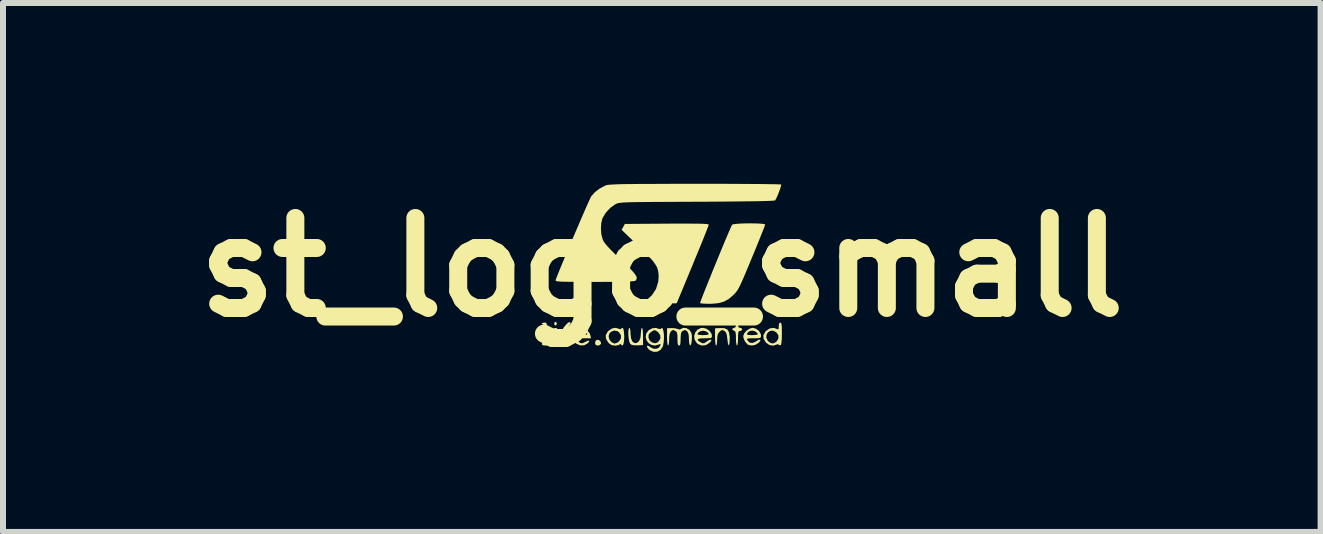
<source format=kicad_pcb>
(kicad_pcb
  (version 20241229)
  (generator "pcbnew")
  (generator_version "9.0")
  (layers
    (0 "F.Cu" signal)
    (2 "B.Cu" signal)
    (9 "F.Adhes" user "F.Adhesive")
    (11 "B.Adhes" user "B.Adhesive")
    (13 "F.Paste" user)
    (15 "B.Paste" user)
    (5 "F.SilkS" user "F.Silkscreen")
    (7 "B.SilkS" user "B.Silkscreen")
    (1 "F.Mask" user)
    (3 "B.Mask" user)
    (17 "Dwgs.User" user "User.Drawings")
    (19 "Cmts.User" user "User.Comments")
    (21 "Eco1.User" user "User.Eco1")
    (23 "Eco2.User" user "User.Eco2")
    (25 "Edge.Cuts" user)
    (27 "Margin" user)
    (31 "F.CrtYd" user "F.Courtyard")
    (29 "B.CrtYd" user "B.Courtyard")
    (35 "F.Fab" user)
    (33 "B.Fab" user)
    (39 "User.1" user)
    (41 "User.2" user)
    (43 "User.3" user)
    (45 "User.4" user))
  (footprint "st_logo_small"
    (layer "F.Cu")
    (at 7.979 1.404)
    (property "Reference" "st_logo_small" (at 0 0 0) (layer "F.SilkS") (effects (font (size 1.5 1.5) (thickness 0.3))))
    (attr board_only exclude_from_pos_files exclude_from_bom)
    (fp_poly (pts (xy -1.75 0.93) (xy -1.748 0.939) (xy -1.762 0.966) (xy -1.77 0.97) (xy -1.788 0.962) (xy -1.792 0.939) (xy -1.784 0.912) (xy -1.77 0.909)) (stroke (width 0) (type solid)) (fill yes) (layer "F.SilkS"))
    (fp_poly (pts (xy -1.049 1.212) (xy -1.021 1.236) (xy -1.013 1.269) (xy -1.015 1.277) (xy -1.039 1.299) (xy -1.075 1.305) (xy -1.102 1.293) (xy -1.114 1.261) (xy -1.103 1.226) (xy -1.084 1.21)) (stroke (width 0) (type solid)) (fill yes) (layer "F.SilkS"))
    (fp_poly (pts (xy -1.746 1.022) (xy -1.741 1.05) (xy -1.74 1.104) (xy -1.74 1.128) (xy -1.738 1.197) (xy -1.731 1.238) (xy -1.717 1.257) (xy -1.714 1.259) (xy -1.688 1.276) (xy -1.694 1.292) (xy -1.726 1.303) (xy -1.757 1.305) (xy -1.806 1.3) (xy -1.825 1.286) (xy -1.827 1.279) (xy -1.813 1.256) (xy -1.801 1.253) (xy -1.785 1.244) (xy -1.777 1.214) (xy -1.775 1.157) (xy -1.777 1.1) (xy -1.784 1.07) (xy -1.8 1.061) (xy -1.802 1.061) (xy -1.823 1.053) (xy -1.819 1.035) (xy -1.798 1.018) (xy -1.778 1.012) (xy -1.758 1.012)) (stroke (width 0) (type solid)) (fill yes) (layer "F.SilkS"))
    (fp_poly (pts (xy -0.322 1.025) (xy -0.316 1.07) (xy -0.313 1.137) (xy -0.313 1.153) (xy -0.313 1.297) (xy -0.406 1.301) (xy -0.468 1.3) (xy -0.507 1.29) (xy -0.528 1.273) (xy -0.541 1.243) (xy -0.551 1.195) (xy -0.557 1.137) (xy -0.558 1.081) (xy -0.554 1.035) (xy -0.544 1.011) (xy -0.539 1.009) (xy -0.53 1.025) (xy -0.523 1.065) (xy -0.522 1.103) (xy -0.514 1.181) (xy -0.492 1.236) (xy -0.457 1.263) (xy -0.42 1.262) (xy -0.379 1.231) (xy -0.355 1.17) (xy -0.348 1.086) (xy -0.344 1.04) (xy -0.336 1.012) (xy -0.331 1.009)) (stroke (width 0) (type solid)) (fill yes) (layer "F.SilkS"))
    (fp_poly (pts (xy 1.045 1.016) (xy 1.091 1.037) (xy 1.118 1.079) (xy 1.13 1.148) (xy 1.131 1.192) (xy 1.128 1.261) (xy 1.12 1.296) (xy 1.111 1.299) (xy 1.101 1.267) (xy 1.093 1.202) (xy 1.092 1.198) (xy 1.084 1.128) (xy 1.069 1.086) (xy 1.052 1.068) (xy 1.017 1.047) (xy 0.989 1.051) (xy 0.957 1.079) (xy 0.934 1.112) (xy 0.924 1.161) (xy 0.922 1.209) (xy 0.919 1.262) (xy 0.912 1.296) (xy 0.905 1.305) (xy 0.896 1.288) (xy 0.89 1.244) (xy 0.887 1.177) (xy 0.887 1.161) (xy 0.887 1.017) (xy 0.974 1.013)) (stroke (width 0) (type solid)) (fill yes) (layer "F.SilkS"))
    (fp_poly (pts (xy -1.937 0.923) (xy -1.924 0.931) (xy -1.917 0.952) (xy -1.914 0.993) (xy -1.914 1.06) (xy -1.914 1.085) (xy -1.913 1.165) (xy -1.909 1.216) (xy -1.901 1.245) (xy -1.889 1.258) (xy -1.887 1.259) (xy -1.867 1.275) (xy -1.876 1.291) (xy -1.908 1.302) (xy -1.941 1.305) (xy -1.985 1.299) (xy -2.001 1.28) (xy -2.001 1.279) (xy -1.987 1.256) (xy -1.975 1.253) (xy -1.962 1.246) (xy -1.954 1.223) (xy -1.95 1.178) (xy -1.948 1.105) (xy -1.95 1.031) (xy -1.954 0.986) (xy -1.962 0.963) (xy -1.975 0.957) (xy -1.998 0.947) (xy -2.001 0.939) (xy -1.986 0.926) (xy -1.957 0.922)) (stroke (width 0) (type solid)) (fill yes) (layer "F.SilkS"))
    (fp_poly (pts (xy 1.266 0.937) (xy 1.27 0.966) (xy 1.278 1) (xy 1.305 1.009) (xy 1.333 1.02) (xy 1.34 1.035) (xy 1.325 1.056) (xy 1.305 1.061) (xy 1.287 1.065) (xy 1.276 1.079) (xy 1.271 1.113) (xy 1.27 1.173) (xy 1.27 1.183) (xy 1.268 1.245) (xy 1.262 1.289) (xy 1.253 1.305) (xy 1.253 1.305) (xy 1.244 1.289) (xy 1.237 1.246) (xy 1.235 1.185) (xy 1.234 1.121) (xy 1.229 1.084) (xy 1.218 1.065) (xy 1.199 1.056) (xy 1.199 1.056) (xy 1.175 1.04) (xy 1.179 1.02) (xy 1.207 1.009) (xy 1.21 1.009) (xy 1.23 0.994) (xy 1.235 0.966) (xy 1.241 0.933) (xy 1.253 0.922)) (stroke (width 0) (type solid)) (fill yes) (layer "F.SilkS"))
    (fp_poly (pts (xy -1.526 0.92) (xy -1.519 0.942) (xy -1.541 0.967) (xy -1.562 0.99) (xy -1.553 1.003) (xy -1.535 1.022) (xy -1.532 1.047) (xy -1.546 1.061) (xy -1.548 1.061) (xy -1.558 1.077) (xy -1.564 1.118) (xy -1.566 1.157) (xy -1.563 1.209) (xy -1.556 1.244) (xy -1.548 1.253) (xy -1.533 1.267) (xy -1.531 1.279) (xy -1.544 1.298) (xy -1.586 1.305) (xy -1.592 1.305) (xy -1.637 1.299) (xy -1.653 1.281) (xy -1.653 1.279) (xy -1.643 1.256) (xy -1.635 1.253) (xy -1.626 1.237) (xy -1.619 1.196) (xy -1.618 1.157) (xy -1.621 1.105) (xy -1.628 1.07) (xy -1.635 1.061) (xy -1.651 1.05) (xy -1.646 1.021) (xy -1.631 0.998) (xy -1.587 0.947) (xy -1.558 0.92) (xy -1.538 0.913)) (stroke (width 0) (type solid)) (fill yes) (layer "F.SilkS"))
    (fp_poly (pts (xy 0.533 -0.727) (xy 0.625 -0.726) (xy 0.694 -0.724) (xy 0.741 -0.721) (xy 0.769 -0.717) (xy 0.781 -0.712) (xy 0.782 -0.709) (xy 0.776 -0.689) (xy 0.757 -0.64) (xy 0.728 -0.566) (xy 0.69 -0.47) (xy 0.644 -0.357) (xy 0.591 -0.229) (xy 0.534 -0.091) (xy 0.515 -0.043) (xy 0.248 0.6) (xy -0.045 0.605) (xy -0.337 0.61) (xy -0.266 0.558) (xy -0.166 0.467) (xy -0.097 0.362) (xy -0.06 0.243) (xy -0.053 0.157) (xy -0.056 0.098) (xy -0.065 0.045) (xy -0.083 -0.006) (xy -0.115 -0.059) (xy -0.161 -0.12) (xy -0.226 -0.191) (xy -0.312 -0.278) (xy -0.396 -0.36) (xy -0.67 -0.624) (xy -0.643 -0.673) (xy -0.616 -0.722) (xy 0.083 -0.727) (xy 0.264 -0.728) (xy 0.413 -0.728)) (stroke (width 0) (type solid)) (fill yes) (layer "F.SilkS"))
    (fp_poly (pts (xy -1.317 1.016) (xy -1.248 1.045) (xy -1.204 1.099) (xy -1.191 1.135) (xy -1.179 1.183) (xy -1.303 1.183) (xy -1.375 1.186) (xy -1.415 1.194) (xy -1.422 1.21) (xy -1.4 1.234) (xy -1.381 1.247) (xy -1.349 1.265) (xy -1.323 1.266) (xy -1.286 1.249) (xy -1.277 1.244) (xy -1.231 1.224) (xy -1.209 1.224) (xy -1.213 1.242) (xy -1.237 1.268) (xy -1.294 1.3) (xy -1.359 1.302) (xy -1.419 1.277) (xy -1.436 1.262) (xy -1.473 1.205) (xy -1.476 1.143) (xy -1.463 1.115) (xy -1.422 1.115) (xy -1.392 1.127) (xy -1.331 1.131) (xy -1.277 1.129) (xy -1.25 1.123) (xy -1.245 1.11) (xy -1.246 1.105) (xy -1.273 1.078) (xy -1.319 1.066) (xy -1.37 1.071) (xy -1.384 1.076) (xy -1.42 1.098) (xy -1.422 1.115) (xy -1.463 1.115) (xy -1.446 1.081) (xy -1.426 1.058) (xy -1.386 1.024) (xy -1.352 1.013)) (stroke (width 0) (type solid)) (fill yes) (layer "F.SilkS"))
    (fp_poly (pts (xy -0.642 1.024) (xy -0.632 1.068) (xy -0.627 1.137) (xy -0.626 1.157) (xy -0.63 1.232) (xy -0.64 1.282) (xy -0.654 1.304) (xy -0.673 1.295) (xy -0.678 1.288) (xy -0.694 1.276) (xy -0.703 1.286) (xy -0.727 1.298) (xy -0.771 1.305) (xy -0.782 1.305) (xy -0.836 1.298) (xy -0.876 1.271) (xy -0.894 1.251) (xy -0.931 1.19) (xy -0.933 1.15) (xy -0.887 1.15) (xy -0.875 1.201) (xy -0.843 1.244) (xy -0.8 1.268) (xy -0.783 1.27) (xy -0.745 1.258) (xy -0.713 1.235) (xy -0.681 1.184) (xy -0.682 1.131) (xy -0.713 1.084) (xy -0.744 1.063) (xy -0.793 1.055) (xy -0.843 1.073) (xy -0.874 1.103) (xy -0.887 1.15) (xy -0.933 1.15) (xy -0.934 1.132) (xy -0.903 1.075) (xy -0.889 1.06) (xy -0.831 1.02) (xy -0.768 1.009) (xy -0.714 1.026) (xy -0.685 1.031) (xy -0.677 1.023) (xy -0.658 1.008)) (stroke (width 0) (type solid)) (fill yes) (layer "F.SilkS"))
    (fp_poly (pts (xy 0.741 1.023) (xy 0.792 1.058) (xy 0.827 1.105) (xy 0.835 1.142) (xy 0.833 1.163) (xy 0.822 1.176) (xy 0.794 1.181) (xy 0.742 1.183) (xy 0.712 1.183) (xy 0.64 1.186) (xy 0.602 1.196) (xy 0.597 1.213) (xy 0.624 1.237) (xy 0.649 1.252) (xy 0.681 1.267) (xy 0.708 1.264) (xy 0.744 1.241) (xy 0.748 1.238) (xy 0.793 1.211) (xy 0.82 1.205) (xy 0.826 1.218) (xy 0.806 1.248) (xy 0.796 1.258) (xy 0.736 1.297) (xy 0.671 1.305) (xy 0.608 1.283) (xy 0.582 1.262) (xy 0.546 1.206) (xy 0.539 1.144) (xy 0.548 1.116) (xy 0.592 1.116) (xy 0.607 1.124) (xy 0.648 1.129) (xy 0.687 1.131) (xy 0.74 1.128) (xy 0.774 1.122) (xy 0.783 1.116) (xy 0.768 1.088) (xy 0.731 1.066) (xy 0.687 1.057) (xy 0.642 1.066) (xy 0.606 1.089) (xy 0.592 1.116) (xy 0.548 1.116) (xy 0.557 1.086) (xy 0.595 1.039) (xy 0.652 1.012) (xy 0.684 1.009)) (stroke (width 0) (type solid)) (fill yes) (layer "F.SilkS"))
    (fp_poly (pts (xy 1.987 0.928) (xy 1.994 0.948) (xy 1.999 0.989) (xy 2 1.057) (xy 2.001 1.104) (xy 1.999 1.195) (xy 1.993 1.259) (xy 1.985 1.293) (xy 1.981 1.297) (xy 1.957 1.297) (xy 1.95 1.291) (xy 1.928 1.282) (xy 1.913 1.288) (xy 1.855 1.306) (xy 1.792 1.295) (xy 1.738 1.257) (xy 1.733 1.251) (xy 1.695 1.19) (xy 1.695 1.174) (xy 1.741 1.174) (xy 1.764 1.223) (xy 1.775 1.235) (xy 1.812 1.261) (xy 1.844 1.27) (xy 1.882 1.258) (xy 1.914 1.235) (xy 1.944 1.184) (xy 1.942 1.132) (xy 1.907 1.083) (xy 1.902 1.08) (xy 1.852 1.056) (xy 1.805 1.06) (xy 1.767 1.086) (xy 1.744 1.126) (xy 1.741 1.174) (xy 1.695 1.174) (xy 1.693 1.132) (xy 1.724 1.075) (xy 1.738 1.06) (xy 1.8 1.018) (xy 1.865 1.01) (xy 1.915 1.027) (xy 1.937 1.035) (xy 1.947 1.023) (xy 1.948 0.984) (xy 1.954 0.938) (xy 1.972 0.922) (xy 1.975 0.922)) (stroke (width 0) (type solid)) (fill yes) (layer "F.SilkS"))
    (fp_poly (pts (xy 1.569 1.024) (xy 1.618 1.06) (xy 1.648 1.11) (xy 1.653 1.139) (xy 1.651 1.162) (xy 1.641 1.175) (xy 1.615 1.181) (xy 1.565 1.183) (xy 1.53 1.183) (xy 1.467 1.184) (xy 1.432 1.187) (xy 1.419 1.195) (xy 1.422 1.21) (xy 1.426 1.217) (xy 1.462 1.255) (xy 1.511 1.262) (xy 1.566 1.238) (xy 1.569 1.236) (xy 1.612 1.21) (xy 1.638 1.205) (xy 1.643 1.22) (xy 1.62 1.252) (xy 1.614 1.258) (xy 1.559 1.293) (xy 1.497 1.305) (xy 1.439 1.292) (xy 1.425 1.282) (xy 1.384 1.234) (xy 1.36 1.173) (xy 1.357 1.148) (xy 1.366 1.119) (xy 1.42 1.119) (xy 1.438 1.128) (xy 1.482 1.131) (xy 1.505 1.131) (xy 1.558 1.128) (xy 1.592 1.121) (xy 1.601 1.114) (xy 1.587 1.093) (xy 1.559 1.07) (xy 1.511 1.055) (xy 1.463 1.063) (xy 1.427 1.092) (xy 1.421 1.103) (xy 1.42 1.119) (xy 1.366 1.119) (xy 1.372 1.103) (xy 1.41 1.058) (xy 1.46 1.024) (xy 1.511 1.009) (xy 1.513 1.009)) (stroke (width 0) (type solid)) (fill yes) (layer "F.SilkS"))
    (fp_poly (pts (xy 1.553 -0.731) (xy 1.626 -0.728) (xy 1.683 -0.724) (xy 1.716 -0.717) (xy 1.722 -0.712) (xy 1.716 -0.692) (xy 1.698 -0.644) (xy 1.669 -0.572) (xy 1.632 -0.479) (xy 1.588 -0.369) (xy 1.538 -0.247) (xy 1.502 -0.16) (xy 1.441 -0.014) (xy 1.392 0.104) (xy 1.352 0.197) (xy 1.32 0.269) (xy 1.293 0.325) (xy 1.27 0.367) (xy 1.248 0.399) (xy 1.227 0.426) (xy 1.203 0.451) (xy 1.192 0.463) (xy 1.114 0.529) (xy 1.032 0.574) (xy 0.937 0.599) (xy 0.822 0.609) (xy 0.79 0.609) (xy 0.722 0.607) (xy 0.67 0.604) (xy 0.641 0.598) (xy 0.638 0.596) (xy 0.643 0.578) (xy 0.659 0.533) (xy 0.686 0.463) (xy 0.721 0.374) (xy 0.763 0.27) (xy 0.81 0.154) (xy 0.859 0.031) (xy 0.911 -0.095) (xy 0.962 -0.219) (xy 1.011 -0.338) (xy 1.057 -0.448) (xy 1.097 -0.543) (xy 1.131 -0.621) (xy 1.155 -0.677) (xy 1.17 -0.707) (xy 1.171 -0.709) (xy 1.192 -0.717) (xy 1.24 -0.723) (xy 1.307 -0.728) (xy 1.386 -0.731) (xy 1.471 -0.732)) (stroke (width 0) (type solid)) (fill yes) (layer "F.SilkS"))
    (fp_poly (pts (xy 0.41 1.015) (xy 0.457 1.042) (xy 0.469 1.056) (xy 0.492 1.094) (xy 0.501 1.14) (xy 0.501 1.198) (xy 0.493 1.264) (xy 0.481 1.299) (xy 0.468 1.301) (xy 0.457 1.27) (xy 0.452 1.207) (xy 0.452 1.203) (xy 0.448 1.127) (xy 0.433 1.081) (xy 0.425 1.071) (xy 0.399 1.049) (xy 0.377 1.047) (xy 0.347 1.062) (xy 0.328 1.078) (xy 0.318 1.106) (xy 0.314 1.156) (xy 0.313 1.192) (xy 0.311 1.256) (xy 0.305 1.291) (xy 0.293 1.304) (xy 0.287 1.305) (xy 0.272 1.297) (xy 0.264 1.27) (xy 0.261 1.217) (xy 0.261 1.192) (xy 0.259 1.128) (xy 0.252 1.09) (xy 0.238 1.069) (xy 0.227 1.062) (xy 0.194 1.046) (xy 0.172 1.05) (xy 0.149 1.071) (xy 0.13 1.109) (xy 0.122 1.176) (xy 0.122 1.202) (xy 0.119 1.257) (xy 0.112 1.294) (xy 0.104 1.305) (xy 0.096 1.288) (xy 0.09 1.244) (xy 0.087 1.177) (xy 0.087 1.161) (xy 0.087 1.016) (xy 0.159 1.014) (xy 0.214 1.016) (xy 0.258 1.026) (xy 0.265 1.029) (xy 0.302 1.038) (xy 0.318 1.028) (xy 0.359 1.009)) (stroke (width 0) (type solid)) (fill yes) (layer "F.SilkS"))
    (fp_poly (pts (xy 0.016 1.025) (xy 0.027 1.062) (xy 0.034 1.114) (xy 0.036 1.174) (xy 0.032 1.237) (xy 0.023 1.294) (xy 0.016 1.32) (xy -0.019 1.375) (xy -0.072 1.406) (xy -0.133 1.41) (xy -0.194 1.386) (xy -0.222 1.363) (xy -0.248 1.327) (xy -0.246 1.307) (xy -0.223 1.309) (xy -0.191 1.331) (xy -0.144 1.356) (xy -0.092 1.359) (xy -0.049 1.339) (xy -0.041 1.33) (xy -0.02 1.294) (xy -0.024 1.279) (xy -0.051 1.287) (xy -0.051 1.287) (xy -0.114 1.305) (xy -0.171 1.295) (xy -0.22 1.264) (xy -0.254 1.218) (xy -0.266 1.173) (xy -0.223 1.173) (xy -0.201 1.222) (xy -0.17 1.249) (xy -0.121 1.266) (xy -0.084 1.26) (xy -0.051 1.234) (xy -0.023 1.185) (xy -0.027 1.132) (xy -0.061 1.083) (xy -0.073 1.073) (xy -0.107 1.051) (xy -0.132 1.05) (xy -0.165 1.068) (xy -0.165 1.068) (xy -0.201 1.097) (xy -0.22 1.123) (xy -0.223 1.173) (xy -0.266 1.173) (xy -0.269 1.164) (xy -0.261 1.107) (xy -0.225 1.055) (xy -0.22 1.05) (xy -0.162 1.018) (xy -0.1 1.01) (xy -0.053 1.026) (xy -0.024 1.031) (xy -0.015 1.023) (xy 0.002 1.01)) (stroke (width 0) (type solid)) (fill yes) (layer "F.SilkS"))
    (fp_poly (pts (xy 0.779 -1.391) (xy 0.988 -1.391) (xy 1.185 -1.39) (xy 1.366 -1.389) (xy 1.529 -1.388) (xy 1.671 -1.387) (xy 1.791 -1.385) (xy 1.884 -1.384) (xy 1.95 -1.382) (xy 1.984 -1.38) (xy 1.989 -1.379) (xy 1.987 -1.357) (xy 1.974 -1.314) (xy 1.954 -1.259) (xy 1.931 -1.201) (xy 1.909 -1.151) (xy 1.891 -1.119) (xy 1.887 -1.114) (xy 1.866 -1.111) (xy 1.811 -1.107) (xy 1.723 -1.104) (xy 1.603 -1.101) (xy 1.452 -1.099) (xy 1.27 -1.097) (xy 1.059 -1.095) (xy 0.819 -1.093) (xy 0.582 -1.092) (xy 0.34 -1.091) (xy 0.13 -1.09) (xy -0.05 -1.089) (xy -0.202 -1.088) (xy -0.33 -1.087) (xy -0.435 -1.086) (xy -0.52 -1.084) (xy -0.588 -1.082) (xy -0.64 -1.079) (xy -0.68 -1.076) (xy -0.71 -1.072) (xy -0.732 -1.067) (xy -0.749 -1.062) (xy -0.763 -1.056) (xy -0.776 -1.049) (xy -0.858 -0.991) (xy -0.932 -0.911) (xy -0.985 -0.825) (xy -0.988 -0.819) (xy -1.009 -0.739) (xy -1.015 -0.642) (xy -1.007 -0.544) (xy -0.986 -0.467) (xy -0.97 -0.433) (xy -0.945 -0.396) (xy -0.907 -0.35) (xy -0.853 -0.293) (xy -0.78 -0.22) (xy -0.686 -0.13) (xy -0.59 -0.037) (xy -0.517 0.035) (xy -0.466 0.091) (xy -0.434 0.134) (xy -0.419 0.167) (xy -0.419 0.192) (xy -0.431 0.214) (xy -0.438 0.223) (xy -0.454 0.228) (xy -0.489 0.233) (xy -0.547 0.237) (xy -0.63 0.24) (xy -0.739 0.242) (xy -0.878 0.243) (xy -1.048 0.244) (xy -1.119 0.244) (xy -1.288 0.243) (xy -1.425 0.243) (xy -1.534 0.242) (xy -1.618 0.241) (xy -1.68 0.239) (xy -1.723 0.236) (xy -1.75 0.232) (xy -1.765 0.227) (xy -1.77 0.221) (xy -1.77 0.213) (xy -1.77 0.213) (xy -1.758 0.18) (xy -1.734 0.12) (xy -1.701 0.037) (xy -1.659 -0.064) (xy -1.611 -0.18) (xy -1.559 -0.305) (xy -1.503 -0.436) (xy -1.447 -0.569) (xy -1.391 -0.698) (xy -1.339 -0.821) (xy -1.29 -0.933) (xy -1.248 -1.029) (xy -1.214 -1.105) (xy -1.189 -1.158) (xy -1.177 -1.182) (xy -1.117 -1.25) (xy -1.036 -1.312) (xy -0.945 -1.36) (xy -0.927 -1.367) (xy -0.909 -1.371) (xy -0.88 -1.375) (xy -0.837 -1.378) (xy -0.779 -1.381) (xy -0.703 -1.384) (xy -0.607 -1.386) (xy -0.49 -1.387) (xy -0.349 -1.389) (xy -0.182 -1.389) (xy 0.013 -1.39) (xy 0.238 -1.391) (xy 0.496 -1.391) (xy 0.56 -1.391)) (stroke (width 0) (type solid)) (fill yes) (layer "F.SilkS")))
  (gr_rect
    (start -3 -3)
    (end 18.957 5.814)
    (stroke (width 0.1) (type default))
    (fill no)
    (layer "Edge.Cuts")))
</source>
